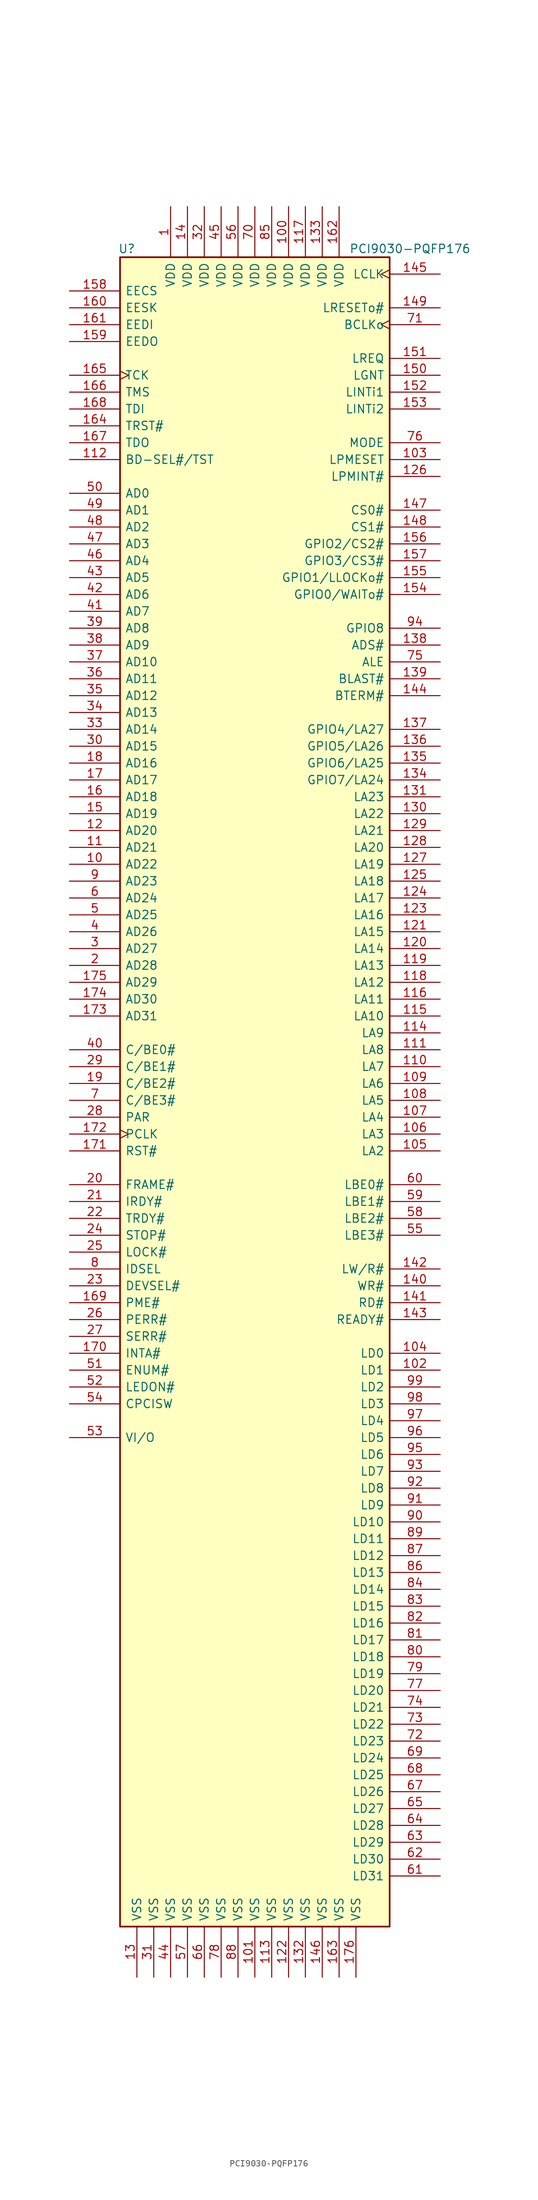
<source format=kicad_sym>
(kicad_symbol_lib
  (version 20201005)
  (generator kicad_symbol_editor)
  (symbol "PCI9030-PQFP176"
    (pin_names
      (offset 0.762))
    (property "Reference" "U"
      (at -19.304 125.73 0)
      (effects (font (size 1.27 1.27))))
    (property "Value" "PCI9030-PQFP176"
      (at 14.224 125.73 0)
      (effects (font (size 1.27 1.27)) (justify left)))
    (symbol "PCI9030-PQFP176_1_1"
      (rectangle (start 20.32 -127) (end -20.32 124.46) (stroke (width 0.254)) (fill (type background)))
      (pin power_in line (at -12.7 132.08 270) (length 7.62) (name "VDD" (effects (font (size 1.27 1.27)))) (number "1" (effects (font (size 1.27 1.27)))))
      (pin bidirectional line (at -27.94 33.02 0) (length 7.62) (name "AD22" (effects (font (size 1.27 1.27)))) (number "10" (effects (font (size 1.27 1.27)))))
      (pin power_in line (at 5.08 132.08 270) (length 7.62) (name "VDD" (effects (font (size 1.27 1.27)))) (number "100" (effects (font (size 1.27 1.27)))))
      (pin power_in line (at 0 -134.62 90) (length 7.62) (name "VSS" (effects (font (size 1.27 1.27)))) (number "101" (effects (font (size 1.27 1.27)))))
      (pin bidirectional line (at 27.94 -43.18 180) (length 7.62) (name "LD1" (effects (font (size 1.27 1.27)))) (number "102" (effects (font (size 1.27 1.27)))))
      (pin input line (at 27.94 93.98 180) (length 7.62) (name "LPMESET" (effects (font (size 1.27 1.27)))) (number "103" (effects (font (size 1.27 1.27)))))
      (pin bidirectional line (at 27.94 -40.64 180) (length 7.62) (name "LD0" (effects (font (size 1.27 1.27)))) (number "104" (effects (font (size 1.27 1.27)))))
      (pin output line (at 27.94 -10.16 180) (length 7.62) (name "LA2" (effects (font (size 1.27 1.27)))) (number "105" (effects (font (size 1.27 1.27)))))
      (pin output line (at 27.94 -7.62 180) (length 7.62) (name "LA3" (effects (font (size 1.27 1.27)))) (number "106" (effects (font (size 1.27 1.27)))))
      (pin output line (at 27.94 -5.08 180) (length 7.62) (name "LA4" (effects (font (size 1.27 1.27)))) (number "107" (effects (font (size 1.27 1.27)))))
      (pin output line (at 27.94 -2.54 180) (length 7.62) (name "LA5" (effects (font (size 1.27 1.27)))) (number "108" (effects (font (size 1.27 1.27)))))
      (pin output line (at 27.94 0 180) (length 7.62) (name "LA6" (effects (font (size 1.27 1.27)))) (number "109" (effects (font (size 1.27 1.27)))))
      (pin bidirectional line (at -27.94 35.56 0) (length 7.62) (name "AD21" (effects (font (size 1.27 1.27)))) (number "11" (effects (font (size 1.27 1.27)))))
      (pin output line (at 27.94 2.54 180) (length 7.62) (name "LA7" (effects (font (size 1.27 1.27)))) (number "110" (effects (font (size 1.27 1.27)))))
      (pin output line (at 27.94 5.08 180) (length 7.62) (name "LA8" (effects (font (size 1.27 1.27)))) (number "111" (effects (font (size 1.27 1.27)))))
      (pin input line (at -27.94 93.98 0) (length 7.62) (name "BD-SEL#/TST" (effects (font (size 1.27 1.27)))) (number "112" (effects (font (size 1.27 1.27)))))
      (pin power_in line (at 2.54 -134.62 90) (length 7.62) (name "VSS" (effects (font (size 1.27 1.27)))) (number "113" (effects (font (size 1.27 1.27)))))
      (pin output line (at 27.94 7.62 180) (length 7.62) (name "LA9" (effects (font (size 1.27 1.27)))) (number "114" (effects (font (size 1.27 1.27)))))
      (pin input line (at 27.94 10.16 180) (length 7.62) (name "LA10" (effects (font (size 1.27 1.27)))) (number "115" (effects (font (size 1.27 1.27)))))
      (pin output line (at 27.94 12.7 180) (length 7.62) (name "LA11" (effects (font (size 1.27 1.27)))) (number "116" (effects (font (size 1.27 1.27)))))
      (pin power_in line (at 7.62 132.08 270) (length 7.62) (name "VDD" (effects (font (size 1.27 1.27)))) (number "117" (effects (font (size 1.27 1.27)))))
      (pin output line (at 27.94 15.24 180) (length 7.62) (name "LA12" (effects (font (size 1.27 1.27)))) (number "118" (effects (font (size 1.27 1.27)))))
      (pin output line (at 27.94 17.78 180) (length 7.62) (name "LA13" (effects (font (size 1.27 1.27)))) (number "119" (effects (font (size 1.27 1.27)))))
      (pin bidirectional line (at -27.94 38.1 0) (length 7.62) (name "AD20" (effects (font (size 1.27 1.27)))) (number "12" (effects (font (size 1.27 1.27)))))
      (pin output line (at 27.94 20.32 180) (length 7.62) (name "LA14" (effects (font (size 1.27 1.27)))) (number "120" (effects (font (size 1.27 1.27)))))
      (pin output line (at 27.94 22.86 180) (length 7.62) (name "LA15" (effects (font (size 1.27 1.27)))) (number "121" (effects (font (size 1.27 1.27)))))
      (pin power_in line (at 5.08 -134.62 90) (length 7.62) (name "VSS" (effects (font (size 1.27 1.27)))) (number "122" (effects (font (size 1.27 1.27)))))
      (pin output line (at 27.94 25.4 180) (length 7.62) (name "LA16" (effects (font (size 1.27 1.27)))) (number "123" (effects (font (size 1.27 1.27)))))
      (pin output line (at 27.94 27.94 180) (length 7.62) (name "LA17" (effects (font (size 1.27 1.27)))) (number "124" (effects (font (size 1.27 1.27)))))
      (pin output line (at 27.94 30.48 180) (length 7.62) (name "LA18" (effects (font (size 1.27 1.27)))) (number "125" (effects (font (size 1.27 1.27)))))
      (pin output line (at 27.94 91.44 180) (length 7.62) (name "LPMINT#" (effects (font (size 1.27 1.27)))) (number "126" (effects (font (size 1.27 1.27)))))
      (pin output line (at 27.94 33.02 180) (length 7.62) (name "LA19" (effects (font (size 1.27 1.27)))) (number "127" (effects (font (size 1.27 1.27)))))
      (pin output line (at 27.94 35.56 180) (length 7.62) (name "LA20" (effects (font (size 1.27 1.27)))) (number "128" (effects (font (size 1.27 1.27)))))
      (pin output line (at 27.94 38.1 180) (length 7.62) (name "LA21" (effects (font (size 1.27 1.27)))) (number "129" (effects (font (size 1.27 1.27)))))
      (pin power_in line (at -17.78 -134.62 90) (length 7.62) (name "VSS" (effects (font (size 1.27 1.27)))) (number "13" (effects (font (size 1.27 1.27)))))
      (pin output line (at 27.94 40.64 180) (length 7.62) (name "LA22" (effects (font (size 1.27 1.27)))) (number "130" (effects (font (size 1.27 1.27)))))
      (pin output line (at 27.94 43.18 180) (length 7.62) (name "LA23" (effects (font (size 1.27 1.27)))) (number "131" (effects (font (size 1.27 1.27)))))
      (pin power_in line (at 7.62 -134.62 90) (length 7.62) (name "VSS" (effects (font (size 1.27 1.27)))) (number "132" (effects (font (size 1.27 1.27)))))
      (pin power_in line (at 10.16 132.08 270) (length 7.62) (name "VDD" (effects (font (size 1.27 1.27)))) (number "133" (effects (font (size 1.27 1.27)))))
      (pin bidirectional line (at 27.94 45.72 180) (length 7.62) (name "GPIO7/LA24" (effects (font (size 1.27 1.27)))) (number "134" (effects (font (size 1.27 1.27)))))
      (pin bidirectional line (at 27.94 48.26 180) (length 7.62) (name "GPIO6/LA25" (effects (font (size 1.27 1.27)))) (number "135" (effects (font (size 1.27 1.27)))))
      (pin bidirectional line (at 27.94 50.8 180) (length 7.62) (name "GPIO5/LA26" (effects (font (size 1.27 1.27)))) (number "136" (effects (font (size 1.27 1.27)))))
      (pin bidirectional line (at 27.94 53.34 180) (length 7.62) (name "GPIO4/LA27" (effects (font (size 1.27 1.27)))) (number "137" (effects (font (size 1.27 1.27)))))
      (pin output line (at 27.94 66.04 180) (length 7.62) (name "ADS#" (effects (font (size 1.27 1.27)))) (number "138" (effects (font (size 1.27 1.27)))))
      (pin output line (at 27.94 60.96 180) (length 7.62) (name "BLAST#" (effects (font (size 1.27 1.27)))) (number "139" (effects (font (size 1.27 1.27)))))
      (pin power_in line (at -10.16 132.08 270) (length 7.62) (name "VDD" (effects (font (size 1.27 1.27)))) (number "14" (effects (font (size 1.27 1.27)))))
      (pin output line (at 27.94 -30.48 180) (length 7.62) (name "WR#" (effects (font (size 1.27 1.27)))) (number "140" (effects (font (size 1.27 1.27)))))
      (pin output line (at 27.94 -33.02 180) (length 7.62) (name "RD#" (effects (font (size 1.27 1.27)))) (number "141" (effects (font (size 1.27 1.27)))))
      (pin output line (at 27.94 -27.94 180) (length 7.62) (name "LW/R#" (effects (font (size 1.27 1.27)))) (number "142" (effects (font (size 1.27 1.27)))))
      (pin input line (at 27.94 -35.56 180) (length 7.62) (name "READY#" (effects (font (size 1.27 1.27)))) (number "143" (effects (font (size 1.27 1.27)))))
      (pin input line (at 27.94 58.42 180) (length 7.62) (name "BTERM#" (effects (font (size 1.27 1.27)))) (number "144" (effects (font (size 1.27 1.27)))))
      (pin input clock (at 27.94 121.92 180) (length 7.62) (name "LCLK" (effects (font (size 1.27 1.27)))) (number "145" (effects (font (size 1.27 1.27)))))
      (pin power_in line (at 10.16 -134.62 90) (length 7.62) (name "VSS" (effects (font (size 1.27 1.27)))) (number "146" (effects (font (size 1.27 1.27)))))
      (pin output line (at 27.94 86.36 180) (length 7.62) (name "CS0#" (effects (font (size 1.27 1.27)))) (number "147" (effects (font (size 1.27 1.27)))))
      (pin output line (at 27.94 83.82 180) (length 7.62) (name "CS1#" (effects (font (size 1.27 1.27)))) (number "148" (effects (font (size 1.27 1.27)))))
      (pin output line (at 27.94 116.84 180) (length 7.62) (name "LRESETo#" (effects (font (size 1.27 1.27)))) (number "149" (effects (font (size 1.27 1.27)))))
      (pin bidirectional line (at -27.94 40.64 0) (length 7.62) (name "AD19" (effects (font (size 1.27 1.27)))) (number "15" (effects (font (size 1.27 1.27)))))
      (pin output line (at 27.94 106.68 180) (length 7.62) (name "LGNT" (effects (font (size 1.27 1.27)))) (number "150" (effects (font (size 1.27 1.27)))))
      (pin input line (at 27.94 109.22 180) (length 7.62) (name "LREQ" (effects (font (size 1.27 1.27)))) (number "151" (effects (font (size 1.27 1.27)))))
      (pin input line (at 27.94 104.14 180) (length 7.62) (name "LINTi1" (effects (font (size 1.27 1.27)))) (number "152" (effects (font (size 1.27 1.27)))))
      (pin input line (at 27.94 101.6 180) (length 7.62) (name "LINTi2" (effects (font (size 1.27 1.27)))) (number "153" (effects (font (size 1.27 1.27)))))
      (pin bidirectional line (at 27.94 73.66 180) (length 7.62) (name "GPIO0/WAITo#" (effects (font (size 1.27 1.27)))) (number "154" (effects (font (size 1.27 1.27)))))
      (pin bidirectional line (at 27.94 76.2 180) (length 7.62) (name "GPIO1/LLOCKo#" (effects (font (size 1.27 1.27)))) (number "155" (effects (font (size 1.27 1.27)))))
      (pin bidirectional line (at 27.94 81.28 180) (length 7.62) (name "GPIO2/CS2#" (effects (font (size 1.27 1.27)))) (number "156" (effects (font (size 1.27 1.27)))))
      (pin bidirectional line (at 27.94 78.74 180) (length 7.62) (name "GPIO3/CS3#" (effects (font (size 1.27 1.27)))) (number "157" (effects (font (size 1.27 1.27)))))
      (pin output line (at -27.94 119.38 0) (length 7.62) (name "EECS" (effects (font (size 1.27 1.27)))) (number "158" (effects (font (size 1.27 1.27)))))
      (pin input line (at -27.94 111.76 0) (length 7.62) (name "EEDO" (effects (font (size 1.27 1.27)))) (number "159" (effects (font (size 1.27 1.27)))))
      (pin bidirectional line (at -27.94 43.18 0) (length 7.62) (name "AD18" (effects (font (size 1.27 1.27)))) (number "16" (effects (font (size 1.27 1.27)))))
      (pin output line (at -27.94 116.84 0) (length 7.62) (name "EESK" (effects (font (size 1.27 1.27)))) (number "160" (effects (font (size 1.27 1.27)))))
      (pin output line (at -27.94 114.3 0) (length 7.62) (name "EEDI" (effects (font (size 1.27 1.27)))) (number "161" (effects (font (size 1.27 1.27)))))
      (pin power_in line (at 12.7 132.08 270) (length 7.62) (name "VDD" (effects (font (size 1.27 1.27)))) (number "162" (effects (font (size 1.27 1.27)))))
      (pin power_in line (at 12.7 -134.62 90) (length 7.62) (name "VSS" (effects (font (size 1.27 1.27)))) (number "163" (effects (font (size 1.27 1.27)))))
      (pin input line (at -27.94 99.06 0) (length 7.62) (name "TRST#" (effects (font (size 1.27 1.27)))) (number "164" (effects (font (size 1.27 1.27)))))
      (pin input clock (at -27.94 106.68 0) (length 7.62) (name "TCK" (effects (font (size 1.27 1.27)))) (number "165" (effects (font (size 1.27 1.27)))))
      (pin input line (at -27.94 104.14 0) (length 7.62) (name "TMS" (effects (font (size 1.27 1.27)))) (number "166" (effects (font (size 1.27 1.27)))))
      (pin output line (at -27.94 96.52 0) (length 7.62) (name "TDO" (effects (font (size 1.27 1.27)))) (number "167" (effects (font (size 1.27 1.27)))))
      (pin input line (at -27.94 101.6 0) (length 7.62) (name "TDI" (effects (font (size 1.27 1.27)))) (number "168" (effects (font (size 1.27 1.27)))))
      (pin output line (at -27.94 -33.02 0) (length 7.62) (name "PME#" (effects (font (size 1.27 1.27)))) (number "169" (effects (font (size 1.27 1.27)))))
      (pin bidirectional line (at -27.94 45.72 0) (length 7.62) (name "AD17" (effects (font (size 1.27 1.27)))) (number "17" (effects (font (size 1.27 1.27)))))
      (pin output line (at -27.94 -40.64 0) (length 7.62) (name "INTA#" (effects (font (size 1.27 1.27)))) (number "170" (effects (font (size 1.27 1.27)))))
      (pin input line (at -27.94 -10.16 0) (length 7.62) (name "RST#" (effects (font (size 1.27 1.27)))) (number "171" (effects (font (size 1.27 1.27)))))
      (pin input clock (at -27.94 -7.62 0) (length 7.62) (name "PCLK" (effects (font (size 1.27 1.27)))) (number "172" (effects (font (size 1.27 1.27)))))
      (pin bidirectional line (at -27.94 10.16 0) (length 7.62) (name "AD31" (effects (font (size 1.27 1.27)))) (number "173" (effects (font (size 1.27 1.27)))))
      (pin bidirectional line (at -27.94 12.7 0) (length 7.62) (name "AD30" (effects (font (size 1.27 1.27)))) (number "174" (effects (font (size 1.27 1.27)))))
      (pin bidirectional line (at -27.94 15.24 0) (length 7.62) (name "AD29" (effects (font (size 1.27 1.27)))) (number "175" (effects (font (size 1.27 1.27)))))
      (pin power_in line (at 15.24 -134.62 90) (length 7.62) (name "VSS" (effects (font (size 1.27 1.27)))) (number "176" (effects (font (size 1.27 1.27)))))
      (pin bidirectional line (at -27.94 48.26 0) (length 7.62) (name "AD16" (effects (font (size 1.27 1.27)))) (number "18" (effects (font (size 1.27 1.27)))))
      (pin bidirectional line (at -27.94 0 0) (length 7.62) (name "C/BE2#" (effects (font (size 1.27 1.27)))) (number "19" (effects (font (size 1.27 1.27)))))
      (pin bidirectional line (at -27.94 17.78 0) (length 7.62) (name "AD28" (effects (font (size 1.27 1.27)))) (number "2" (effects (font (size 1.27 1.27)))))
      (pin bidirectional line (at -27.94 -15.24 0) (length 7.62) (name "FRAME#" (effects (font (size 1.27 1.27)))) (number "20" (effects (font (size 1.27 1.27)))))
      (pin bidirectional line (at -27.94 -17.78 0) (length 7.62) (name "IRDY#" (effects (font (size 1.27 1.27)))) (number "21" (effects (font (size 1.27 1.27)))))
      (pin bidirectional line (at -27.94 -20.32 0) (length 7.62) (name "TRDY#" (effects (font (size 1.27 1.27)))) (number "22" (effects (font (size 1.27 1.27)))))
      (pin bidirectional line (at -27.94 -30.48 0) (length 7.62) (name "DEVSEL#" (effects (font (size 1.27 1.27)))) (number "23" (effects (font (size 1.27 1.27)))))
      (pin bidirectional line (at -27.94 -22.86 0) (length 7.62) (name "STOP#" (effects (font (size 1.27 1.27)))) (number "24" (effects (font (size 1.27 1.27)))))
      (pin input line (at -27.94 -25.4 0) (length 7.62) (name "LOCK#" (effects (font (size 1.27 1.27)))) (number "25" (effects (font (size 1.27 1.27)))))
      (pin output line (at -27.94 -35.56 0) (length 7.62) (name "PERR#" (effects (font (size 1.27 1.27)))) (number "26" (effects (font (size 1.27 1.27)))))
      (pin output line (at -27.94 -38.1 0) (length 7.62) (name "SERR#" (effects (font (size 1.27 1.27)))) (number "27" (effects (font (size 1.27 1.27)))))
      (pin bidirectional line (at -27.94 -5.08 0) (length 7.62) (name "PAR" (effects (font (size 1.27 1.27)))) (number "28" (effects (font (size 1.27 1.27)))))
      (pin bidirectional line (at -27.94 2.54 0) (length 7.62) (name "C/BE1#" (effects (font (size 1.27 1.27)))) (number "29" (effects (font (size 1.27 1.27)))))
      (pin bidirectional line (at -27.94 20.32 0) (length 7.62) (name "AD27" (effects (font (size 1.27 1.27)))) (number "3" (effects (font (size 1.27 1.27)))))
      (pin bidirectional line (at -27.94 50.8 0) (length 7.62) (name "AD15" (effects (font (size 1.27 1.27)))) (number "30" (effects (font (size 1.27 1.27)))))
      (pin power_in line (at -15.24 -134.62 90) (length 7.62) (name "VSS" (effects (font (size 1.27 1.27)))) (number "31" (effects (font (size 1.27 1.27)))))
      (pin power_in line (at -7.62 132.08 270) (length 7.62) (name "VDD" (effects (font (size 1.27 1.27)))) (number "32" (effects (font (size 1.27 1.27)))))
      (pin bidirectional line (at -27.94 53.34 0) (length 7.62) (name "AD14" (effects (font (size 1.27 1.27)))) (number "33" (effects (font (size 1.27 1.27)))))
      (pin bidirectional line (at -27.94 55.88 0) (length 7.62) (name "AD13" (effects (font (size 1.27 1.27)))) (number "34" (effects (font (size 1.27 1.27)))))
      (pin bidirectional line (at -27.94 58.42 0) (length 7.62) (name "AD12" (effects (font (size 1.27 1.27)))) (number "35" (effects (font (size 1.27 1.27)))))
      (pin bidirectional line (at -27.94 60.96 0) (length 7.62) (name "AD11" (effects (font (size 1.27 1.27)))) (number "36" (effects (font (size 1.27 1.27)))))
      (pin bidirectional line (at -27.94 63.5 0) (length 7.62) (name "AD10" (effects (font (size 1.27 1.27)))) (number "37" (effects (font (size 1.27 1.27)))))
      (pin bidirectional line (at -27.94 66.04 0) (length 7.62) (name "AD9" (effects (font (size 1.27 1.27)))) (number "38" (effects (font (size 1.27 1.27)))))
      (pin bidirectional line (at -27.94 68.58 0) (length 7.62) (name "AD8" (effects (font (size 1.27 1.27)))) (number "39" (effects (font (size 1.27 1.27)))))
      (pin bidirectional line (at -27.94 22.86 0) (length 7.62) (name "AD26" (effects (font (size 1.27 1.27)))) (number "4" (effects (font (size 1.27 1.27)))))
      (pin bidirectional line (at -27.94 5.08 0) (length 7.62) (name "C/BE0#" (effects (font (size 1.27 1.27)))) (number "40" (effects (font (size 1.27 1.27)))))
      (pin bidirectional line (at -27.94 71.12 0) (length 7.62) (name "AD7" (effects (font (size 1.27 1.27)))) (number "41" (effects (font (size 1.27 1.27)))))
      (pin bidirectional line (at -27.94 73.66 0) (length 7.62) (name "AD6" (effects (font (size 1.27 1.27)))) (number "42" (effects (font (size 1.27 1.27)))))
      (pin bidirectional line (at -27.94 76.2 0) (length 7.62) (name "AD5" (effects (font (size 1.27 1.27)))) (number "43" (effects (font (size 1.27 1.27)))))
      (pin power_in line (at -12.7 -134.62 90) (length 7.62) (name "VSS" (effects (font (size 1.27 1.27)))) (number "44" (effects (font (size 1.27 1.27)))))
      (pin power_in line (at -5.08 132.08 270) (length 7.62) (name "VDD" (effects (font (size 1.27 1.27)))) (number "45" (effects (font (size 1.27 1.27)))))
      (pin bidirectional line (at -27.94 78.74 0) (length 7.62) (name "AD4" (effects (font (size 1.27 1.27)))) (number "46" (effects (font (size 1.27 1.27)))))
      (pin bidirectional line (at -27.94 81.28 0) (length 7.62) (name "AD3" (effects (font (size 1.27 1.27)))) (number "47" (effects (font (size 1.27 1.27)))))
      (pin bidirectional line (at -27.94 83.82 0) (length 7.62) (name "AD2" (effects (font (size 1.27 1.27)))) (number "48" (effects (font (size 1.27 1.27)))))
      (pin bidirectional line (at -27.94 86.36 0) (length 7.62) (name "AD1" (effects (font (size 1.27 1.27)))) (number "49" (effects (font (size 1.27 1.27)))))
      (pin bidirectional line (at -27.94 25.4 0) (length 7.62) (name "AD25" (effects (font (size 1.27 1.27)))) (number "5" (effects (font (size 1.27 1.27)))))
      (pin bidirectional line (at -27.94 88.9 0) (length 7.62) (name "AD0" (effects (font (size 1.27 1.27)))) (number "50" (effects (font (size 1.27 1.27)))))
      (pin output line (at -27.94 -43.18 0) (length 7.62) (name "ENUM#" (effects (font (size 1.27 1.27)))) (number "51" (effects (font (size 1.27 1.27)))))
      (pin output line (at -27.94 -45.72 0) (length 7.62) (name "LEDON#" (effects (font (size 1.27 1.27)))) (number "52" (effects (font (size 1.27 1.27)))))
      (pin power_in line (at -27.94 -53.34 0) (length 7.62) (name "VI/O" (effects (font (size 1.27 1.27)))) (number "53" (effects (font (size 1.27 1.27)))))
      (pin input line (at -27.94 -48.26 0) (length 7.62) (name "CPCISW" (effects (font (size 1.27 1.27)))) (number "54" (effects (font (size 1.27 1.27)))))
      (pin output line (at 27.94 -22.86 180) (length 7.62) (name "LBE3#" (effects (font (size 1.27 1.27)))) (number "55" (effects (font (size 1.27 1.27)))))
      (pin power_in line (at -2.54 132.08 270) (length 7.62) (name "VDD" (effects (font (size 1.27 1.27)))) (number "56" (effects (font (size 1.27 1.27)))))
      (pin power_in line (at -10.16 -134.62 90) (length 7.62) (name "VSS" (effects (font (size 1.27 1.27)))) (number "57" (effects (font (size 1.27 1.27)))))
      (pin output line (at 27.94 -20.32 180) (length 7.62) (name "LBE2#" (effects (font (size 1.27 1.27)))) (number "58" (effects (font (size 1.27 1.27)))))
      (pin output line (at 27.94 -17.78 180) (length 7.62) (name "LBE1#" (effects (font (size 1.27 1.27)))) (number "59" (effects (font (size 1.27 1.27)))))
      (pin bidirectional line (at -27.94 27.94 0) (length 7.62) (name "AD24" (effects (font (size 1.27 1.27)))) (number "6" (effects (font (size 1.27 1.27)))))
      (pin output line (at 27.94 -15.24 180) (length 7.62) (name "LBE0#" (effects (font (size 1.27 1.27)))) (number "60" (effects (font (size 1.27 1.27)))))
      (pin bidirectional line (at 27.94 -119.38 180) (length 7.62) (name "LD31" (effects (font (size 1.27 1.27)))) (number "61" (effects (font (size 1.27 1.27)))))
      (pin bidirectional line (at 27.94 -116.84 180) (length 7.62) (name "LD30" (effects (font (size 1.27 1.27)))) (number "62" (effects (font (size 1.27 1.27)))))
      (pin bidirectional line (at 27.94 -114.3 180) (length 7.62) (name "LD29" (effects (font (size 1.27 1.27)))) (number "63" (effects (font (size 1.27 1.27)))))
      (pin bidirectional line (at 27.94 -111.76 180) (length 7.62) (name "LD28" (effects (font (size 1.27 1.27)))) (number "64" (effects (font (size 1.27 1.27)))))
      (pin bidirectional line (at 27.94 -109.22 180) (length 7.62) (name "LD27" (effects (font (size 1.27 1.27)))) (number "65" (effects (font (size 1.27 1.27)))))
      (pin power_in line (at -7.62 -134.62 90) (length 7.62) (name "VSS" (effects (font (size 1.27 1.27)))) (number "66" (effects (font (size 1.27 1.27)))))
      (pin bidirectional line (at 27.94 -106.68 180) (length 7.62) (name "LD26" (effects (font (size 1.27 1.27)))) (number "67" (effects (font (size 1.27 1.27)))))
      (pin bidirectional line (at 27.94 -104.14 180) (length 7.62) (name "LD25" (effects (font (size 1.27 1.27)))) (number "68" (effects (font (size 1.27 1.27)))))
      (pin bidirectional line (at 27.94 -101.6 180) (length 7.62) (name "LD24" (effects (font (size 1.27 1.27)))) (number "69" (effects (font (size 1.27 1.27)))))
      (pin bidirectional line (at -27.94 -2.54 0) (length 7.62) (name "C/BE3#" (effects (font (size 1.27 1.27)))) (number "7" (effects (font (size 1.27 1.27)))))
      (pin power_in line (at 0 132.08 270) (length 7.62) (name "VDD" (effects (font (size 1.27 1.27)))) (number "70" (effects (font (size 1.27 1.27)))))
      (pin output clock (at 27.94 114.3 180) (length 7.62) (name "BCLKo" (effects (font (size 1.27 1.27)))) (number "71" (effects (font (size 1.27 1.27)))))
      (pin bidirectional line (at 27.94 -99.06 180) (length 7.62) (name "LD23" (effects (font (size 1.27 1.27)))) (number "72" (effects (font (size 1.27 1.27)))))
      (pin bidirectional line (at 27.94 -96.52 180) (length 7.62) (name "LD22" (effects (font (size 1.27 1.27)))) (number "73" (effects (font (size 1.27 1.27)))))
      (pin bidirectional line (at 27.94 -93.98 180) (length 7.62) (name "LD21" (effects (font (size 1.27 1.27)))) (number "74" (effects (font (size 1.27 1.27)))))
      (pin output line (at 27.94 63.5 180) (length 7.62) (name "ALE" (effects (font (size 1.27 1.27)))) (number "75" (effects (font (size 1.27 1.27)))))
      (pin input line (at 27.94 96.52 180) (length 7.62) (name "MODE" (effects (font (size 1.27 1.27)))) (number "76" (effects (font (size 1.27 1.27)))))
      (pin bidirectional line (at 27.94 -91.44 180) (length 7.62) (name "LD20" (effects (font (size 1.27 1.27)))) (number "77" (effects (font (size 1.27 1.27)))))
      (pin power_in line (at -5.08 -134.62 90) (length 7.62) (name "VSS" (effects (font (size 1.27 1.27)))) (number "78" (effects (font (size 1.27 1.27)))))
      (pin bidirectional line (at 27.94 -88.9 180) (length 7.62) (name "LD19" (effects (font (size 1.27 1.27)))) (number "79" (effects (font (size 1.27 1.27)))))
      (pin input line (at -27.94 -27.94 0) (length 7.62) (name "IDSEL" (effects (font (size 1.27 1.27)))) (number "8" (effects (font (size 1.27 1.27)))))
      (pin bidirectional line (at 27.94 -86.36 180) (length 7.62) (name "LD18" (effects (font (size 1.27 1.27)))) (number "80" (effects (font (size 1.27 1.27)))))
      (pin bidirectional line (at 27.94 -83.82 180) (length 7.62) (name "LD17" (effects (font (size 1.27 1.27)))) (number "81" (effects (font (size 1.27 1.27)))))
      (pin bidirectional line (at 27.94 -81.28 180) (length 7.62) (name "LD16" (effects (font (size 1.27 1.27)))) (number "82" (effects (font (size 1.27 1.27)))))
      (pin bidirectional line (at 27.94 -78.74 180) (length 7.62) (name "LD15" (effects (font (size 1.27 1.27)))) (number "83" (effects (font (size 1.27 1.27)))))
      (pin bidirectional line (at 27.94 -76.2 180) (length 7.62) (name "LD14" (effects (font (size 1.27 1.27)))) (number "84" (effects (font (size 1.27 1.27)))))
      (pin power_in line (at 2.54 132.08 270) (length 7.62) (name "VDD" (effects (font (size 1.27 1.27)))) (number "85" (effects (font (size 1.27 1.27)))))
      (pin bidirectional line (at 27.94 -73.66 180) (length 7.62) (name "LD13" (effects (font (size 1.27 1.27)))) (number "86" (effects (font (size 1.27 1.27)))))
      (pin bidirectional line (at 27.94 -71.12 180) (length 7.62) (name "LD12" (effects (font (size 1.27 1.27)))) (number "87" (effects (font (size 1.27 1.27)))))
      (pin power_in line (at -2.54 -134.62 90) (length 7.62) (name "VSS" (effects (font (size 1.27 1.27)))) (number "88" (effects (font (size 1.27 1.27)))))
      (pin bidirectional line (at 27.94 -68.58 180) (length 7.62) (name "LD11" (effects (font (size 1.27 1.27)))) (number "89" (effects (font (size 1.27 1.27)))))
      (pin bidirectional line (at -27.94 30.48 0) (length 7.62) (name "AD23" (effects (font (size 1.27 1.27)))) (number "9" (effects (font (size 1.27 1.27)))))
      (pin bidirectional line (at 27.94 -66.04 180) (length 7.62) (name "LD10" (effects (font (size 1.27 1.27)))) (number "90" (effects (font (size 1.27 1.27)))))
      (pin bidirectional line (at 27.94 -63.5 180) (length 7.62) (name "LD9" (effects (font (size 1.27 1.27)))) (number "91" (effects (font (size 1.27 1.27)))))
      (pin bidirectional line (at 27.94 -60.96 180) (length 7.62) (name "LD8" (effects (font (size 1.27 1.27)))) (number "92" (effects (font (size 1.27 1.27)))))
      (pin bidirectional line (at 27.94 -58.42 180) (length 7.62) (name "LD7" (effects (font (size 1.27 1.27)))) (number "93" (effects (font (size 1.27 1.27)))))
      (pin bidirectional line (at 27.94 68.58 180) (length 7.62) (name "GPIO8" (effects (font (size 1.27 1.27)))) (number "94" (effects (font (size 1.27 1.27)))))
      (pin bidirectional line (at 27.94 -55.88 180) (length 7.62) (name "LD6" (effects (font (size 1.27 1.27)))) (number "95" (effects (font (size 1.27 1.27)))))
      (pin bidirectional line (at 27.94 -53.34 180) (length 7.62) (name "LD5" (effects (font (size 1.27 1.27)))) (number "96" (effects (font (size 1.27 1.27)))))
      (pin bidirectional line (at 27.94 -50.8 180) (length 7.62) (name "LD4" (effects (font (size 1.27 1.27)))) (number "97" (effects (font (size 1.27 1.27)))))
      (pin bidirectional line (at 27.94 -48.26 180) (length 7.62) (name "LD3" (effects (font (size 1.27 1.27)))) (number "98" (effects (font (size 1.27 1.27)))))
      (pin bidirectional line (at 27.94 -45.72 180) (length 7.62) (name "LD2" (effects (font (size 1.27 1.27)))) (number "99" (effects (font (size 1.27 1.27))))))))
</source>
